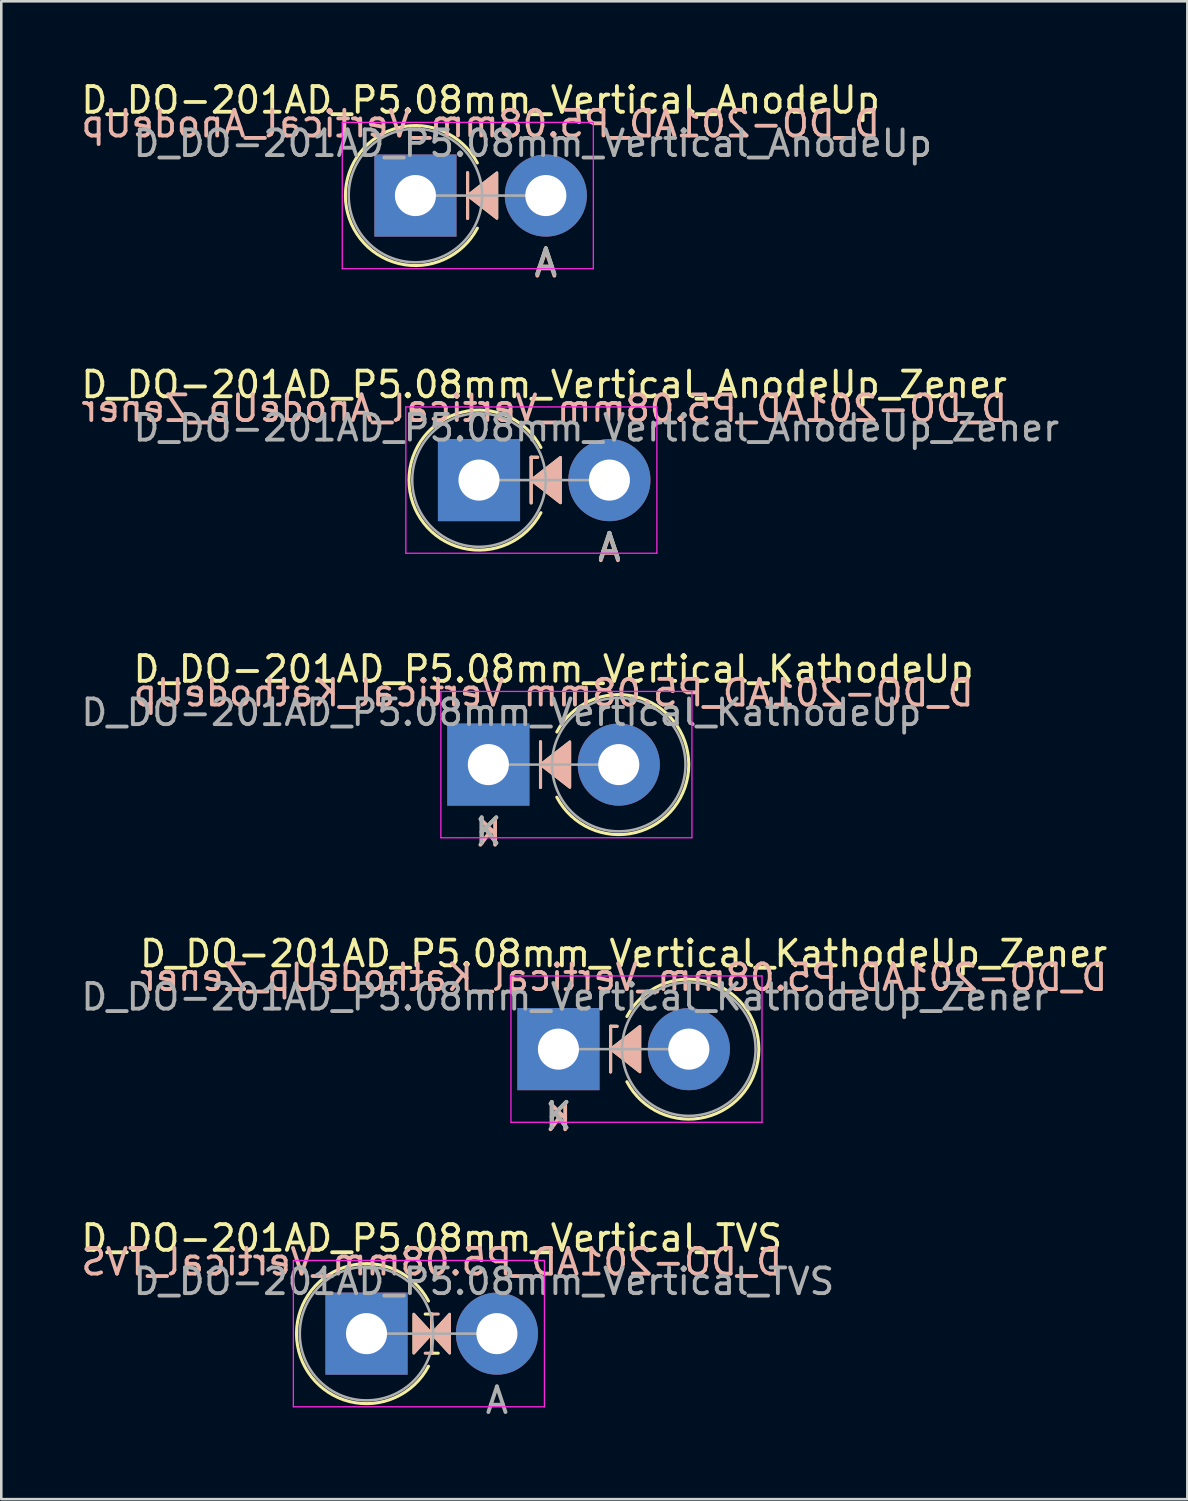
<source format=kicad_pcb>
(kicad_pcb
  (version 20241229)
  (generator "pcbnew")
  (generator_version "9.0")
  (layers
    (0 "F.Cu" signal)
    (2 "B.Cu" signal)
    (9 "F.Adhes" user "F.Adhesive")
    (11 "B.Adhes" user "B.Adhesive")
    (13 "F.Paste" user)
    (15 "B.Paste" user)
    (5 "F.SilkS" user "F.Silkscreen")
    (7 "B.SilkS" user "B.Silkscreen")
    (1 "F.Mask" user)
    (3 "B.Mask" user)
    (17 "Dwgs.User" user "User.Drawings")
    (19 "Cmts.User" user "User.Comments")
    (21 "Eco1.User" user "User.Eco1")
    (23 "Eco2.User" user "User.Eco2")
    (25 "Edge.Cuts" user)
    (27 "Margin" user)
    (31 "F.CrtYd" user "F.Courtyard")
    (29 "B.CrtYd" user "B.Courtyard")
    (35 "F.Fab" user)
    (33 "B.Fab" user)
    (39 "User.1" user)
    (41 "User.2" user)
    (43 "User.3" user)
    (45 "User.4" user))
  (footprint "D_DO-201AD_P5.08mm_Vertical_AnodeUp"
    (layer "F.Cu")
    (at 13.133 4.568)
    (property "Reference" "D_DO-201AD_P5.08mm_Vertical_AnodeUp" (at 2.54 -3.72 0) (layer "F.SilkS") (effects (font (size 1 1) (thickness 0.15))))
    (fp_line (start 2.032 0.889) (end 2.032 -0.889) (stroke (width 0.12) (type solid)) (layer "F.SilkS"))
    (fp_arc (start 2.412999 1.27) (mid -2.726805 0) (end 2.412999 -1.269999) (stroke (width 0.12) (type solid)) (layer "F.SilkS"))
    (fp_poly (pts (xy 3.175 0.889) (xy 2.032 0) (xy 3.175 -0.889)) (stroke (width 0.1) (type solid)) (fill yes) (layer "F.SilkS"))
    (fp_line (start 2.032 -0.889) (end 2.032 0.889) (stroke (width 0.12) (type solid)) (layer "B.SilkS"))
    (fp_poly (pts (xy 3.175 -0.889) (xy 2.032 0) (xy 3.175 0.889)) (stroke (width 0.1) (type solid)) (fill yes) (layer "B.SilkS"))
    (fp_line (start -2.85 -2.85) (end -2.85 2.85) (stroke (width 0.05) (type solid)) (layer "F.CrtYd"))
    (fp_line (start -2.85 2.85) (end 6.93 2.85) (stroke (width 0.05) (type solid)) (layer "F.CrtYd"))
    (fp_line (start 6.93 -2.85) (end -2.85 -2.85) (stroke (width 0.05) (type solid)) (layer "F.CrtYd"))
    (fp_line (start 6.93 2.85) (end 6.93 -2.85) (stroke (width 0.05) (type solid)) (layer "F.CrtYd"))
    (fp_line (start 0 0) (end 5.08 0) (stroke (width 0.1) (type solid)) (layer "F.Fab"))
    (fp_circle (center 0 0) (end 2.6 0) (stroke (width 0.1) (type solid)) (fill no) (layer "F.Fab"))
    (fp_text user "A" (at 5.08 2.6 0) (layer "F.SilkS") (effects (font (size 1 1) (thickness 0.15))))
    (fp_text user "A" (at 5.08 2.667 0) (layer "B.SilkS") (effects (font (size 1 1) (thickness 0.15)) (justify mirror)))
    (fp_text user "${REFERENCE}" (at 2.54 -2.794 0) (layer "B.SilkS") (effects (font (size 1 1) (thickness 0.15)) (justify mirror)))
    (fp_text user "A" (at 5.08 2.6 0) (layer "F.Fab") (effects (font (size 1 1) (thickness 0.15))))
    (fp_text user "${REFERENCE}" (at 4.572 -2.032 0) (layer "F.Fab") (effects (font (size 1 1) (thickness 0.15))))
    (pad "1" thru_hole rect (at 0 0) (size 3.2 3.2) (drill 1.6) (layers "*.Cu" "*.Mask"))
    (pad "2" thru_hole oval (at 5.08 0) (size 3.2 3.2) (drill 1.6) (layers "*.Cu" "*.Mask")))
  (footprint "D_DO-201AD_P5.08mm_Vertical_KathodeUp"
    (layer "F.Cu")
    (at 15.974 26.735)
    (property "Reference" "D_DO-201AD_P5.08mm_Vertical_KathodeUp" (at 2.54 -3.72 0) (layer "F.SilkS") (effects (font (size 1 1) (thickness 0.15))))
    (fp_line (start 2.032 0.889) (end 2.032 -0.889) (stroke (width 0.12) (type solid)) (layer "F.SilkS"))
    (fp_arc (start 2.667 -1.269999) (mid 7.806803 0) (end 2.667 1.27) (stroke (width 0.12) (type solid)) (layer "F.SilkS"))
    (fp_poly (pts (xy 3.175 0.889) (xy 2.032 0) (xy 3.175 -0.889)) (stroke (width 0.1) (type solid)) (fill yes) (layer "F.SilkS"))
    (fp_line (start 2.032 -0.889) (end 2.032 0.889) (stroke (width 0.12) (type solid)) (layer "B.SilkS"))
    (fp_poly (pts (xy 3.175 -0.889) (xy 2.032 0) (xy 3.175 0.889)) (stroke (width 0.1) (type solid)) (fill yes) (layer "B.SilkS"))
    (fp_line (start -1.85 -2.85) (end -1.85 2.85) (stroke (width 0.05) (type solid)) (layer "F.CrtYd"))
    (fp_line (start -1.85 2.85) (end 7.93 2.85) (stroke (width 0.05) (type solid)) (layer "F.CrtYd"))
    (fp_line (start 7.93 -2.85) (end -1.85 -2.85) (stroke (width 0.05) (type solid)) (layer "F.CrtYd"))
    (fp_line (start 7.93 2.85) (end 7.93 -2.85) (stroke (width 0.05) (type solid)) (layer "F.CrtYd"))
    (fp_line (start 0 0) (end 5.08 0) (stroke (width 0.1) (type solid)) (layer "F.Fab"))
    (fp_circle (center 5.08 0) (end 7.68 0) (stroke (width 0.1) (type solid)) (fill no) (layer "F.Fab"))
    (fp_text user "K" (at 0 2.6 0) (layer "F.SilkS") (effects (font (size 1 1) (thickness 0.15))))
    (fp_text user "${REFERENCE}" (at 2.54 -2.794 0) (layer "B.SilkS") (effects (font (size 1 1) (thickness 0.15)) (justify mirror)))
    (fp_text user "K" (at 0 2.667 0) (layer "B.SilkS") (effects (font (size 1 1) (thickness 0.15)) (justify mirror)))
    (fp_text user "K" (at 0 2.6 0) (layer "F.Fab") (effects (font (size 1 1) (thickness 0.15))))
    (fp_text user "${REFERENCE}" (at 0.508 -2.032 0) (layer "F.Fab") (effects (font (size 1 1) (thickness 0.15))))
    (pad "1" thru_hole rect (at 0 0) (size 3.2 3.2) (drill 1.6) (layers "*.Cu" "*.Mask"))
    (pad "2" thru_hole oval (at 5.08 0) (size 3.2 3.2) (drill 1.6) (layers "*.Cu" "*.Mask")))
  (footprint "D_DO-201AD_P5.08mm_Vertical_KathodeUp_Zener"
    (layer "F.Cu")
    (at 18.704 37.819)
    (property "Reference" "D_DO-201AD_P5.08mm_Vertical_KathodeUp_Zener" (at 2.54 -3.72 0) (layer "F.SilkS") (effects (font (size 1 1) (thickness 0.15))))
    (fp_line (start 2.032 -0.889) (end 2.286 -0.889) (stroke (width 0.12) (type solid)) (layer "F.SilkS"))
    (fp_line (start 2.032 0.889) (end 2.032 -0.889) (stroke (width 0.12) (type solid)) (layer "F.SilkS"))
    (fp_arc (start 2.667 -1.269999) (mid 7.806803 0) (end 2.667 1.27) (stroke (width 0.12) (type solid)) (layer "F.SilkS"))
    (fp_poly (pts (xy 3.175 0.889) (xy 2.032 0) (xy 3.175 -0.889)) (stroke (width 0.1) (type solid)) (fill yes) (layer "F.SilkS"))
    (fp_line (start 2.032 -0.889) (end 2.032 0.889) (stroke (width 0.12) (type solid)) (layer "B.SilkS"))
    (fp_line (start 2.032 -0.889) (end 2.286 -0.889) (stroke (width 0.12) (type solid)) (layer "B.SilkS"))
    (fp_poly (pts (xy 3.175 -0.889) (xy 2.032 0) (xy 3.175 0.889)) (stroke (width 0.1) (type solid)) (fill yes) (layer "B.SilkS"))
    (fp_line (start -1.85 -2.85) (end -1.85 2.85) (stroke (width 0.05) (type solid)) (layer "F.CrtYd"))
    (fp_line (start -1.85 2.85) (end 7.93 2.85) (stroke (width 0.05) (type solid)) (layer "F.CrtYd"))
    (fp_line (start 7.93 -2.85) (end -1.85 -2.85) (stroke (width 0.05) (type solid)) (layer "F.CrtYd"))
    (fp_line (start 7.93 2.85) (end 7.93 -2.85) (stroke (width 0.05) (type solid)) (layer "F.CrtYd"))
    (fp_line (start 0 0) (end 5.08 0) (stroke (width 0.1) (type solid)) (layer "F.Fab"))
    (fp_circle (center 5.08 0) (end 7.68 0) (stroke (width 0.1) (type solid)) (fill no) (layer "F.Fab"))
    (fp_text user "K" (at 0 2.6 0) (layer "F.SilkS") (effects (font (size 1 1) (thickness 0.15))))
    (fp_text user "K" (at 0 2.667 0) (layer "B.SilkS") (effects (font (size 1 1) (thickness 0.15)) (justify mirror)))
    (fp_text user "${REFERENCE}" (at 2.54 -2.794 0) (layer "B.SilkS") (effects (font (size 1 1) (thickness 0.15)) (justify mirror)))
    (fp_text user "${REFERENCE}" (at 0.254 -2.032 0) (layer "F.Fab") (effects (font (size 1 1) (thickness 0.15))))
    (fp_text user "K" (at 0 2.6 0) (layer "F.Fab") (effects (font (size 1 1) (thickness 0.15))))
    (pad "1" thru_hole rect (at 0 0) (size 3.2 3.2) (drill 1.6) (layers "*.Cu" "*.Mask"))
    (pad "2" thru_hole oval (at 5.08 0) (size 3.2 3.2) (drill 1.6) (layers "*.Cu" "*.Mask")))
  (footprint "D_DO-201AD_P5.08mm_Vertical_TVS"
    (layer "F.Cu")
    (at 11.228 48.902)
    (property "Reference" "D_DO-201AD_P5.08mm_Vertical_TVS" (at 2.54 -3.72 0) (layer "F.SilkS") (effects (font (size 1 1) (thickness 0.15))))
    (fp_line (start 2.54 -0.762) (end 2.286 -0.762) (stroke (width 0.12) (type solid)) (layer "F.SilkS"))
    (fp_line (start 2.54 -0.762) (end 2.54 0.762) (stroke (width 0.12) (type solid)) (layer "F.SilkS"))
    (fp_line (start 2.54 0.762) (end 2.794 0.762) (stroke (width 0.12) (type solid)) (layer "F.SilkS"))
    (fp_arc (start 2.412999 1.27) (mid -2.726805 0) (end 2.412999 -1.269999) (stroke (width 0.12) (type solid)) (layer "F.SilkS"))
    (fp_poly (pts (xy 1.841 -0.762) (xy 2.54 0) (xy 1.841 0.762)) (stroke (width 0.1) (type solid)) (fill yes) (layer "F.SilkS"))
    (fp_poly (pts (xy 3.239 0.762) (xy 2.54 0) (xy 3.239 -0.762)) (stroke (width 0.1) (type solid)) (fill yes) (layer "F.SilkS"))
    (fp_line (start 2.54 -0.762) (end 2.794 -0.762) (stroke (width 0.12) (type solid)) (layer "B.SilkS"))
    (fp_line (start 2.54 0.762) (end 2.286 0.762) (stroke (width 0.12) (type solid)) (layer "B.SilkS"))
    (fp_line (start 2.54 0.762) (end 2.54 -0.762) (stroke (width 0.12) (type solid)) (layer "B.SilkS"))
    (fp_poly (pts (xy 1.841 0.762) (xy 2.54 0) (xy 1.841 -0.762)) (stroke (width 0.1) (type solid)) (fill yes) (layer "B.SilkS"))
    (fp_poly (pts (xy 3.239 -0.762) (xy 2.54 0) (xy 3.239 0.762)) (stroke (width 0.1) (type solid)) (fill yes) (layer "B.SilkS"))
    (fp_line (start -2.85 -2.85) (end -2.85 2.85) (stroke (width 0.05) (type solid)) (layer "F.CrtYd"))
    (fp_line (start -2.85 2.85) (end 6.93 2.85) (stroke (width 0.05) (type solid)) (layer "F.CrtYd"))
    (fp_line (start 6.93 -2.85) (end -2.85 -2.85) (stroke (width 0.05) (type solid)) (layer "F.CrtYd"))
    (fp_line (start 6.93 2.85) (end 6.93 -2.85) (stroke (width 0.05) (type solid)) (layer "F.CrtYd"))
    (fp_line (start 0 0) (end 5.08 0) (stroke (width 0.1) (type solid)) (layer "F.Fab"))
    (fp_circle (center 0 0) (end 2.6 0) (stroke (width 0.1) (type solid)) (fill no) (layer "F.Fab"))
    (fp_text user "${REFERENCE}" (at 2.54 -2.794 0) (layer "B.SilkS") (effects (font (size 1 1) (thickness 0.15)) (justify mirror)))
    (fp_text user "A" (at 5.08 2.6 0) (layer "F.Fab") (effects (font (size 1 1) (thickness 0.15))))
    (fp_text user "${REFERENCE}" (at 4.572 -2.032 0) (layer "F.Fab") (effects (font (size 1 1) (thickness 0.15))))
    (pad "1" thru_hole rect (at 0 0) (size 3.2 3.2) (drill 1.6) (layers "*.Cu" "*.Mask"))
    (pad "2" thru_hole oval (at 5.08 0) (size 3.2 3.2) (drill 1.6) (layers "*.Cu" "*.Mask")))
  (footprint "D_DO-201AD_P5.08mm_Vertical_AnodeUp_Zener"
    (layer "F.Cu")
    (at 15.609 15.652)
    (property "Reference" "D_DO-201AD_P5.08mm_Vertical_AnodeUp_Zener" (at 2.54 -3.72 0) (layer "F.SilkS") (effects (font (size 1 1) (thickness 0.15))))
    (fp_line (start 2.032 -0.889) (end 2.286 -0.889) (stroke (width 0.12) (type solid)) (layer "F.SilkS"))
    (fp_line (start 2.032 0.889) (end 2.032 -0.889) (stroke (width 0.12) (type solid)) (layer "F.SilkS"))
    (fp_arc (start 2.412999 1.27) (mid -2.726805 0) (end 2.412999 -1.269999) (stroke (width 0.12) (type solid)) (layer "F.SilkS"))
    (fp_poly (pts (xy 3.175 0.889) (xy 2.032 0) (xy 3.175 -0.889)) (stroke (width 0.1) (type solid)) (fill yes) (layer "F.SilkS"))
    (fp_line (start 2.032 -0.889) (end 2.032 0.889) (stroke (width 0.12) (type solid)) (layer "B.SilkS"))
    (fp_line (start 2.032 -0.889) (end 2.286 -0.889) (stroke (width 0.12) (type solid)) (layer "B.SilkS"))
    (fp_poly (pts (xy 3.175 -0.889) (xy 2.032 0) (xy 3.175 0.889)) (stroke (width 0.1) (type solid)) (fill yes) (layer "B.SilkS"))
    (fp_line (start -2.85 -2.85) (end -2.85 2.85) (stroke (width 0.05) (type solid)) (layer "F.CrtYd"))
    (fp_line (start -2.85 2.85) (end 6.93 2.85) (stroke (width 0.05) (type solid)) (layer "F.CrtYd"))
    (fp_line (start 6.93 -2.85) (end -2.85 -2.85) (stroke (width 0.05) (type solid)) (layer "F.CrtYd"))
    (fp_line (start 6.93 2.85) (end 6.93 -2.85) (stroke (width 0.05) (type solid)) (layer "F.CrtYd"))
    (fp_line (start 0 0) (end 5.08 0) (stroke (width 0.1) (type solid)) (layer "F.Fab"))
    (fp_circle (center 0 0) (end 2.6 0) (stroke (width 0.1) (type solid)) (fill no) (layer "F.Fab"))
    (fp_text user "A" (at 5.08 2.6 0) (layer "F.SilkS") (effects (font (size 1 1) (thickness 0.15))))
    (fp_text user "A" (at 5.08 2.667 0) (layer "B.SilkS") (effects (font (size 1 1) (thickness 0.15)) (justify mirror)))
    (fp_text user "${REFERENCE}" (at 2.54 -2.794 0) (layer "B.SilkS") (effects (font (size 1 1) (thickness 0.15)) (justify mirror)))
    (fp_text user "${REFERENCE}" (at 4.572 -2.032 0) (layer "F.Fab") (effects (font (size 1 1) (thickness 0.15))))
    (fp_text user "A" (at 5.08 2.6 0) (layer "F.Fab") (effects (font (size 1 1) (thickness 0.15))))
    (pad "1" thru_hole rect (at 0 0) (size 3.2 3.2) (drill 1.6) (layers "*.Cu" "*.Mask"))
    (pad "2" thru_hole oval (at 5.08 0) (size 3.2 3.2) (drill 1.6) (layers "*.Cu" "*.Mask")))
  (gr_rect
    (start -3 -3)
    (end 43.203 55.35)
    (stroke (width 0.1) (type default))
    (fill no)
    (layer "Edge.Cuts")))
</source>
